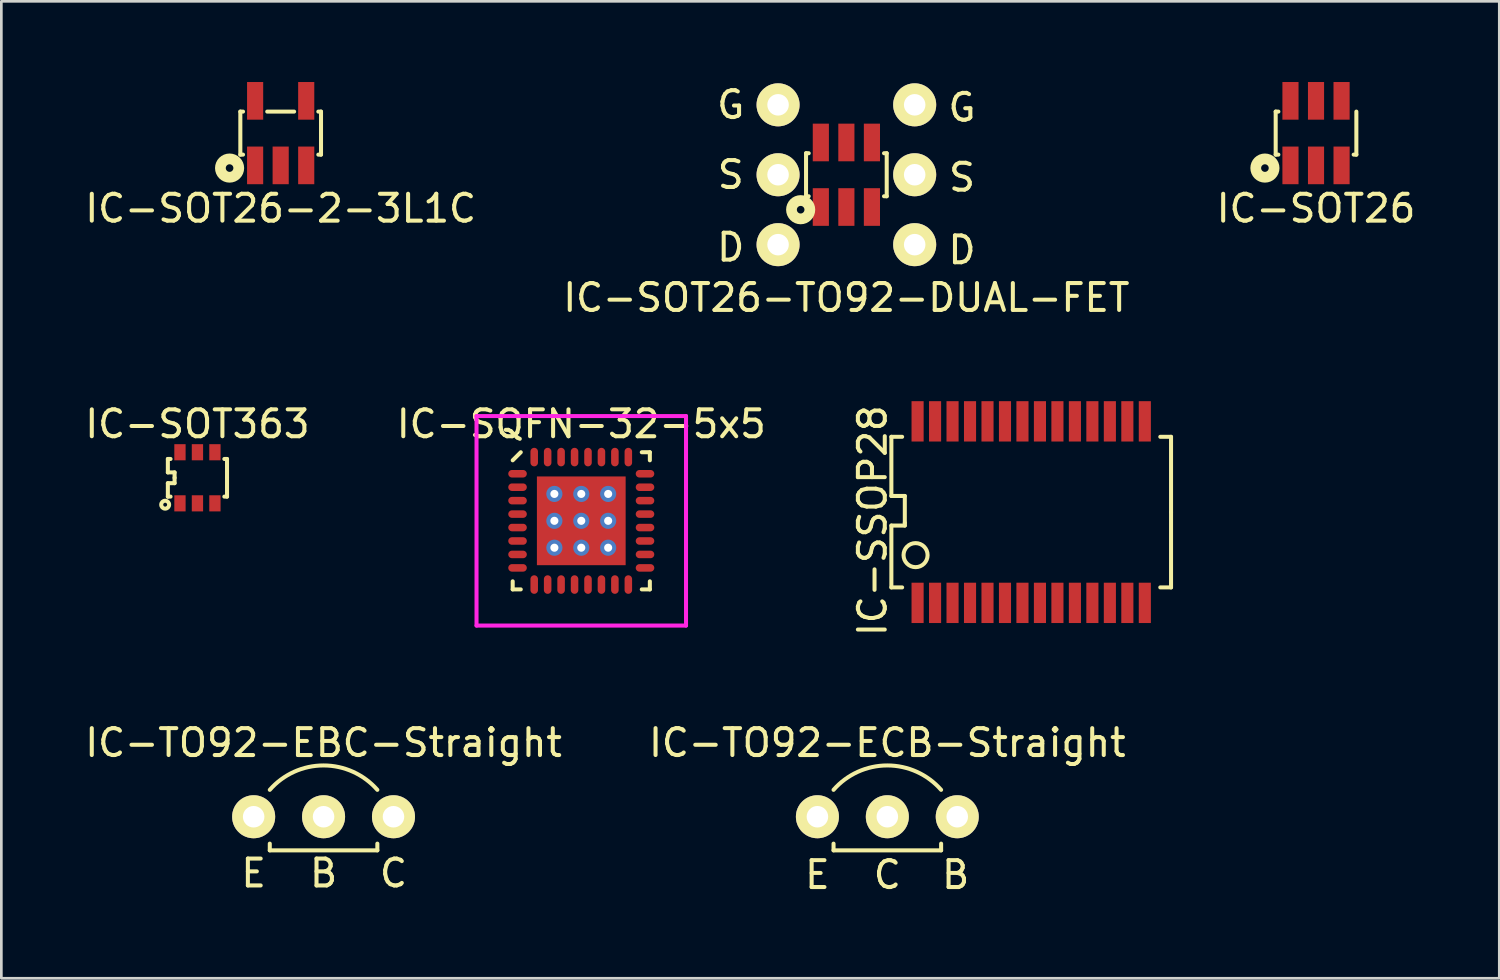
<source format=kicad_pcb>
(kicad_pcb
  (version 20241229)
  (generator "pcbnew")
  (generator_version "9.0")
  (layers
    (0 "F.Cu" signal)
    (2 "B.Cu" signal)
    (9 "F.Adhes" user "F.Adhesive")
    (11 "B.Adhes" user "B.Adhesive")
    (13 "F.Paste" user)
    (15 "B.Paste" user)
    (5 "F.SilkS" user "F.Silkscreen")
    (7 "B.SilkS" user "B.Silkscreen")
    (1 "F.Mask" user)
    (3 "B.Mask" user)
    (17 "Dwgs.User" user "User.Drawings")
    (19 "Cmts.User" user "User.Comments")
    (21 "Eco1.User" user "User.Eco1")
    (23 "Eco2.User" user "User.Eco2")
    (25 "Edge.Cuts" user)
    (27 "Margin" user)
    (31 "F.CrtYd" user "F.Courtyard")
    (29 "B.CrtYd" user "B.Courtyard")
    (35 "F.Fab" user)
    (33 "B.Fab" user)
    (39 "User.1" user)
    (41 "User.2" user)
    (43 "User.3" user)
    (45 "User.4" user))
  (footprint "IC-SSOP28"
    (layer "F.Cu")
    (at 35.296 15.993)
    (property "Reference" "IC-SSOP28" (at -5.9 0.319 90) (layer "F.SilkS") (effects (font (size 1 1) (thickness 0.15))))
    (attr through_hole)
    (fp_line (start -5.2 -2.8) (end -5.2 -0.6) (stroke (width 0.15) (type solid)) (layer "F.SilkS"))
    (fp_line (start -5.2 -2.8) (end -4.8 -2.8) (stroke (width 0.15) (type solid)) (layer "F.SilkS"))
    (fp_line (start -5.2 -0.6) (end -4.7 -0.6) (stroke (width 0.15) (type solid)) (layer "F.SilkS"))
    (fp_line (start -5.2 0.5) (end -5.2 2.8) (stroke (width 0.15) (type solid)) (layer "F.SilkS"))
    (fp_line (start -5.2 2.8) (end -4.8 2.8) (stroke (width 0.15) (type solid)) (layer "F.SilkS"))
    (fp_line (start -4.7 -0.6) (end -4.7 0.4) (stroke (width 0.15) (type solid)) (layer "F.SilkS"))
    (fp_line (start -4.7 0.4) (end -4.7 0.5) (stroke (width 0.15) (type solid)) (layer "F.SilkS"))
    (fp_line (start -4.7 0.5) (end -5.2 0.5) (stroke (width 0.15) (type solid)) (layer "F.SilkS"))
    (fp_line (start 5.2 -2.8) (end 4.8 -2.8) (stroke (width 0.15) (type solid)) (layer "F.SilkS"))
    (fp_line (start 5.2 0) (end 5.2 -2.8) (stroke (width 0.15) (type solid)) (layer "F.SilkS"))
    (fp_line (start 5.2 0) (end 5.2 2.8) (stroke (width 0.15) (type solid)) (layer "F.SilkS"))
    (fp_line (start 5.2 2.8) (end 4.8 2.8) (stroke (width 0.15) (type solid)) (layer "F.SilkS"))
    (fp_circle (center -4.3 1.6) (end -3.9 1.8) (stroke (width 0.15) (type solid)) (fill no) (layer "F.SilkS"))
    (pad "1" smd rect (at -4.225 3.375) (size 0.45 1.5) (layers "F.Cu" "F.Mask" "F.Paste"))
    (pad "2" smd rect (at -3.575 3.375) (size 0.45 1.5) (layers "F.Cu" "F.Mask" "F.Paste"))
    (pad "3" smd rect (at -2.925 3.375) (size 0.45 1.5) (layers "F.Cu" "F.Mask" "F.Paste"))
    (pad "4" smd rect (at -2.275 3.375) (size 0.45 1.5) (layers "F.Cu" "F.Mask" "F.Paste"))
    (pad "5" smd rect (at -1.625 3.375) (size 0.45 1.5) (layers "F.Cu" "F.Mask" "F.Paste"))
    (pad "6" smd rect (at -0.975 3.375) (size 0.45 1.5) (layers "F.Cu" "F.Mask" "F.Paste"))
    (pad "7" smd rect (at -0.325 3.375) (size 0.45 1.5) (layers "F.Cu" "F.Mask" "F.Paste"))
    (pad "8" smd rect (at 0.325 3.375) (size 0.45 1.5) (layers "F.Cu" "F.Mask" "F.Paste"))
    (pad "9" smd rect (at 0.975 3.375) (size 0.45 1.5) (layers "F.Cu" "F.Mask" "F.Paste"))
    (pad "10" smd rect (at 1.625 3.375) (size 0.45 1.5) (layers "F.Cu" "F.Mask" "F.Paste"))
    (pad "11" smd rect (at 2.275 3.375) (size 0.45 1.5) (layers "F.Cu" "F.Mask" "F.Paste"))
    (pad "12" smd rect (at 2.925 3.375) (size 0.45 1.5) (layers "F.Cu" "F.Mask" "F.Paste"))
    (pad "13" smd rect (at 3.575 3.375) (size 0.45 1.5) (layers "F.Cu" "F.Mask" "F.Paste"))
    (pad "14" smd rect (at 4.225 3.375) (size 0.45 1.5) (layers "F.Cu" "F.Mask" "F.Paste"))
    (pad "15" smd rect (at 4.225 -3.375) (size 0.45 1.5) (layers "F.Cu" "F.Mask" "F.Paste"))
    (pad "16" smd rect (at 3.575 -3.375) (size 0.45 1.5) (layers "F.Cu" "F.Mask" "F.Paste"))
    (pad "17" smd rect (at 2.925 -3.375) (size 0.45 1.5) (layers "F.Cu" "F.Mask" "F.Paste"))
    (pad "18" smd rect (at 2.275 -3.375) (size 0.45 1.5) (layers "F.Cu" "F.Mask" "F.Paste"))
    (pad "19" smd rect (at 1.625 -3.375) (size 0.45 1.5) (layers "F.Cu" "F.Mask" "F.Paste"))
    (pad "20" smd rect (at 0.975 -3.375) (size 0.45 1.5) (layers "F.Cu" "F.Mask" "F.Paste"))
    (pad "21" smd rect (at 0.325 -3.375) (size 0.45 1.5) (layers "F.Cu" "F.Mask" "F.Paste"))
    (pad "22" smd rect (at -0.325 -3.375) (size 0.45 1.5) (layers "F.Cu" "F.Mask" "F.Paste"))
    (pad "23" smd rect (at -0.975 -3.375) (size 0.45 1.5) (layers "F.Cu" "F.Mask" "F.Paste"))
    (pad "24" smd rect (at -1.625 -3.375) (size 0.45 1.5) (layers "F.Cu" "F.Mask" "F.Paste"))
    (pad "25" smd rect (at -2.275 -3.375) (size 0.45 1.5) (layers "F.Cu" "F.Mask" "F.Paste"))
    (pad "26" smd rect (at -2.925 -3.375) (size 0.45 1.5) (layers "F.Cu" "F.Mask" "F.Paste"))
    (pad "27" smd rect (at -3.575 -3.375) (size 0.45 1.5) (layers "F.Cu" "F.Mask" "F.Paste"))
    (pad "28" smd rect (at -4.225 -3.375) (size 0.45 1.5) (layers "F.Cu" "F.Mask" "F.Paste")))
  (footprint "IC-SOT26-2-3L1C"
    (layer "F.Cu")
    (at 7.387 1.9)
    (property "Reference" "IC-SOT26-2-3L1C" (at 0 2.8 0) (layer "F.SilkS") (effects (font (size 1 1) (thickness 0.15))))
    (attr through_hole)
    (fp_line (start -1.5 -0.8) (end -1.5 0.8) (stroke (width 0.15) (type solid)) (layer "F.SilkS"))
    (fp_line (start -1.5 0.8) (end -1.4 0.8) (stroke (width 0.15) (type solid)) (layer "F.SilkS"))
    (fp_line (start -1.4 -0.8) (end -1.5 -0.8) (stroke (width 0.15) (type solid)) (layer "F.SilkS"))
    (fp_line (start 0.5 -0.8) (end -0.5 -0.8) (stroke (width 0.15) (type solid)) (layer "F.SilkS"))
    (fp_line (start 1.4 0.8) (end 1.5 0.8) (stroke (width 0.15) (type solid)) (layer "F.SilkS"))
    (fp_line (start 1.5 -0.8) (end 1.4 -0.8) (stroke (width 0.15) (type solid)) (layer "F.SilkS"))
    (fp_line (start 1.5 0.8) (end 1.5 -0.8) (stroke (width 0.15) (type solid)) (layer "F.SilkS"))
    (fp_circle (center -1.9 1.3) (end -1.8 1.4) (stroke (width 0.4) (type solid)) (fill no) (layer "F.SilkS"))
    (pad "1" smd rect (at -0.95 1.2) (size 0.6 1.4) (layers "F.Cu" "F.Mask" "F.Paste"))
    (pad "2" smd rect (at 0 1.2) (size 0.6 1.4) (layers "F.Cu" "F.Mask" "F.Paste"))
    (pad "3" smd rect (at 0.95 1.2) (size 0.6 1.4) (layers "F.Cu" "F.Mask" "F.Paste"))
    (pad "4" smd rect (at 0.95 -1.2) (size 0.6 1.4) (layers "F.Cu" "F.Mask" "F.Paste"))
    (pad "5" smd rect (at -0.95 -1.2) (size 0.6 1.4) (layers "F.Cu" "F.Mask" "F.Paste")))
  (footprint "IC-SQFN-32-5x5"
    (layer "F.Cu")
    (at 18.565 16.317)
    (property "Reference" "IC-SQFN-32-5x5" (at 0 -3.6 0) (layer "F.SilkS") (effects (font (size 1 1) (thickness 0.15))))
    (attr through_hole)
    (fp_line (start -2.55 -2.25) (end -2.25 -2.55) (stroke (width 0.15) (type solid)) (layer "F.SilkS"))
    (fp_line (start -2.55 2.55) (end -2.55 2.25) (stroke (width 0.15) (type solid)) (layer "F.SilkS"))
    (fp_line (start -2.25 2.55) (end -2.55 2.55) (stroke (width 0.15) (type solid)) (layer "F.SilkS"))
    (fp_line (start 2.25 -2.55) (end 2.55 -2.55) (stroke (width 0.15) (type solid)) (layer "F.SilkS"))
    (fp_line (start 2.25 2.55) (end 2.55 2.55) (stroke (width 0.15) (type solid)) (layer "F.SilkS"))
    (fp_line (start 2.55 -2.55) (end 2.55 -2.25) (stroke (width 0.15) (type solid)) (layer "F.SilkS"))
    (fp_line (start 2.55 2.55) (end 2.55 2.25) (stroke (width 0.15) (type solid)) (layer "F.SilkS"))
    (fp_line (start -3.895 -3.895) (end 3.895 -3.895) (stroke (width 0.15) (type solid)) (layer "F.CrtYd"))
    (fp_line (start -3.895 3.895) (end -3.895 -3.895) (stroke (width 0.15) (type solid)) (layer "F.CrtYd"))
    (fp_line (start 3.895 -3.895) (end 3.895 3.895) (stroke (width 0.15) (type solid)) (layer "F.CrtYd"))
    (fp_line (start 3.895 3.895) (end -3.895 3.895) (stroke (width 0.15) (type solid)) (layer "F.CrtYd"))
    (pad "1" smd oval (at -2.37 -1.75 90) (size 0.28 0.69) (layers "F.Cu" "F.Mask" "F.Paste"))
    (pad "2" smd oval (at -2.37 -1.25 90) (size 0.28 0.69) (layers "F.Cu" "F.Mask" "F.Paste"))
    (pad "3" smd oval (at -2.37 -0.75 90) (size 0.28 0.69) (layers "F.Cu" "F.Mask" "F.Paste"))
    (pad "4" smd oval (at -2.37 -0.25 90) (size 0.28 0.69) (layers "F.Cu" "F.Mask" "F.Paste"))
    (pad "5" smd oval (at -2.37 0.25 90) (size 0.28 0.69) (layers "F.Cu" "F.Mask" "F.Paste"))
    (pad "6" smd oval (at -2.37 0.75 90) (size 0.28 0.69) (layers "F.Cu" "F.Mask" "F.Paste"))
    (pad "7" smd oval (at -2.37 1.25 90) (size 0.28 0.69) (layers "F.Cu" "F.Mask" "F.Paste"))
    (pad "8" smd oval (at -2.37 1.75 90) (size 0.28 0.69) (layers "F.Cu" "F.Mask" "F.Paste"))
    (pad "9" smd oval (at -1.75 2.37) (size 0.28 0.69) (layers "F.Cu" "F.Mask" "F.Paste"))
    (pad "10" smd oval (at -1.25 2.37) (size 0.28 0.69) (layers "F.Cu" "F.Mask" "F.Paste"))
    (pad "11" smd oval (at -0.75 2.37) (size 0.28 0.69) (layers "F.Cu" "F.Mask" "F.Paste"))
    (pad "12" smd oval (at -0.25 2.37) (size 0.28 0.69) (layers "F.Cu" "F.Mask" "F.Paste"))
    (pad "13" smd oval (at 0.25 2.37) (size 0.28 0.69) (layers "F.Cu" "F.Mask" "F.Paste"))
    (pad "14" smd oval (at 0.75 2.37) (size 0.28 0.69) (layers "F.Cu" "F.Mask" "F.Paste"))
    (pad "15" smd oval (at 1.25 2.37) (size 0.28 0.69) (layers "F.Cu" "F.Mask" "F.Paste"))
    (pad "16" smd oval (at 1.75 2.37) (size 0.28 0.69) (layers "F.Cu" "F.Mask" "F.Paste"))
    (pad "17" smd oval (at 2.37 1.75 90) (size 0.28 0.69) (layers "F.Cu" "F.Mask" "F.Paste"))
    (pad "18" smd oval (at 2.37 1.25 90) (size 0.28 0.69) (layers "F.Cu" "F.Mask" "F.Paste"))
    (pad "19" smd oval (at 2.37 0.75 90) (size 0.28 0.69) (layers "F.Cu" "F.Mask" "F.Paste"))
    (pad "20" smd oval (at 2.37 0.25 90) (size 0.28 0.69) (layers "F.Cu" "F.Mask" "F.Paste"))
    (pad "21" smd oval (at 2.37 -0.25 90) (size 0.28 0.69) (layers "F.Cu" "F.Mask" "F.Paste"))
    (pad "22" smd oval (at 2.37 -0.75 90) (size 0.28 0.69) (layers "F.Cu" "F.Mask" "F.Paste"))
    (pad "23" smd oval (at 2.37 -1.25 90) (size 0.28 0.69) (layers "F.Cu" "F.Mask" "F.Paste"))
    (pad "24" smd oval (at 2.37 -1.75 90) (size 0.28 0.69) (layers "F.Cu" "F.Mask" "F.Paste"))
    (pad "25" smd oval (at 1.75 -2.37) (size 0.28 0.69) (layers "F.Cu" "F.Mask" "F.Paste"))
    (pad "26" smd oval (at 1.25 -2.37) (size 0.28 0.69) (layers "F.Cu" "F.Mask" "F.Paste"))
    (pad "27" smd oval (at 0.75 -2.37) (size 0.28 0.69) (layers "F.Cu" "F.Mask" "F.Paste"))
    (pad "28" smd oval (at 0.25 -2.37) (size 0.28 0.69) (layers "F.Cu" "F.Mask" "F.Paste"))
    (pad "29" smd oval (at -0.25 -2.37) (size 0.28 0.69) (layers "F.Cu" "F.Mask" "F.Paste"))
    (pad "30" smd oval (at -0.75 -2.37) (size 0.28 0.69) (layers "F.Cu" "F.Mask" "F.Paste"))
    (pad "31" smd oval (at -1.25 -2.37) (size 0.28 0.69) (layers "F.Cu" "F.Mask" "F.Paste"))
    (pad "32" smd oval (at -1.75 -2.37) (size 0.28 0.69) (layers "F.Cu" "F.Mask" "F.Paste"))
    (pad "EP" thru_hole circle (at -1 -1) (size 0.6 0.6) (drill 0.3) (layers "*.Cu" "*.Mask"))
    (pad "EP" thru_hole circle (at -1 0) (size 0.6 0.6) (drill 0.3) (layers "*.Cu" "*.Mask"))
    (pad "EP" thru_hole circle (at -1 1) (size 0.6 0.6) (drill 0.3) (layers "*.Cu" "*.Mask"))
    (pad "EP" thru_hole circle (at 0 -1) (size 0.6 0.6) (drill 0.3) (layers "*.Cu" "*.Mask"))
    (pad "EP" thru_hole circle (at 0 0) (size 0.6 0.6) (drill 0.3) (layers "*.Cu" "*.Mask"))
    (pad "EP" smd rect (at 0 0) (size 3.3 3.3) (layers "F.Cu" "F.Mask" "F.Paste"))
    (pad "EP" thru_hole circle (at 0 1) (size 0.6 0.6) (drill 0.3) (layers "*.Cu" "*.Mask"))
    (pad "EP" thru_hole circle (at 1 -1) (size 0.6 0.6) (drill 0.3) (layers "*.Cu" "*.Mask"))
    (pad "EP" thru_hole circle (at 1 0) (size 0.6 0.6) (drill 0.3) (layers "*.Cu" "*.Mask"))
    (pad "EP" thru_hole circle (at 1 1) (size 0.6 0.6) (drill 0.3) (layers "*.Cu" "*.Mask")))
  (footprint "IC-SOT363"
    (layer "F.Cu")
    (at 4.292 14.717)
    (property "Reference" "IC-SOT363" (at 0 -2 0) (layer "F.SilkS") (effects (font (size 1 1) (thickness 0.15))))
    (attr smd)
    (fp_line (start -1.1 -0.7) (end -1 -0.7) (stroke (width 0.15) (type solid)) (layer "F.SilkS"))
    (fp_line (start -1.1 -0.2) (end -1.1 -0.7) (stroke (width 0.15) (type solid)) (layer "F.SilkS"))
    (fp_line (start -1.1 -0.2) (end -0.85 -0.2) (stroke (width 0.15) (type solid)) (layer "F.SilkS"))
    (fp_line (start -1.1 0.2) (end -1.1 0.7) (stroke (width 0.15) (type solid)) (layer "F.SilkS"))
    (fp_line (start -1.1 0.7) (end -1 0.7) (stroke (width 0.15) (type solid)) (layer "F.SilkS"))
    (fp_line (start -0.85 -0.2) (end -0.85 0) (stroke (width 0.15) (type solid)) (layer "F.SilkS"))
    (fp_line (start -0.85 0) (end -0.85 0.2) (stroke (width 0.15) (type solid)) (layer "F.SilkS"))
    (fp_line (start -0.85 0.2) (end -1.1 0.2) (stroke (width 0.15) (type solid)) (layer "F.SilkS"))
    (fp_line (start 1.1 -0.7) (end 1 -0.7) (stroke (width 0.15) (type solid)) (layer "F.SilkS"))
    (fp_line (start 1.1 0) (end 1.1 -0.7) (stroke (width 0.15) (type solid)) (layer "F.SilkS"))
    (fp_line (start 1.1 0) (end 1.1 0.7) (stroke (width 0.15) (type solid)) (layer "F.SilkS"))
    (fp_line (start 1.1 0.7) (end 1 0.7) (stroke (width 0.15) (type solid)) (layer "F.SilkS"))
    (fp_circle (center -1.2 1) (end -1.16 1.06) (stroke (width 0.15) (type solid)) (fill no) (layer "F.SilkS"))
    (pad "1" smd rect (at -0.65 0.95) (size 0.42 0.6) (layers "F.Cu" "F.Mask" "F.Paste"))
    (pad "2" smd rect (at 0 0.95) (size 0.42 0.6) (layers "F.Cu" "F.Mask" "F.Paste"))
    (pad "3" smd rect (at 0.65 0.95) (size 0.42 0.6) (layers "F.Cu" "F.Mask" "F.Paste"))
    (pad "4" smd rect (at 0.65 -0.95) (size 0.42 0.6) (layers "F.Cu" "F.Mask" "F.Paste"))
    (pad "5" smd rect (at 0 -0.95) (size 0.42 0.6) (layers "F.Cu" "F.Mask" "F.Paste"))
    (pad "6" smd rect (at -0.65 -0.95) (size 0.42 0.6) (layers "F.Cu" "F.Mask" "F.Paste")))
  (footprint "IC-TO92-ECB-Straight"
    (layer "F.Cu")
    (at 29.946 27.321)
    (property "Reference" "IC-TO92-ECB-Straight" (at 0 -2.75 0) (layer "F.SilkS") (effects (font (size 1 1) (thickness 0.15))))
    (attr through_hole)
    (fp_line (start -2 1) (end -2 1.25) (stroke (width 0.15) (type solid)) (layer "F.SilkS"))
    (fp_line (start -2 1.25) (end 2 1.25) (stroke (width 0.15) (type solid)) (layer "F.SilkS"))
    (fp_line (start 2 1.25) (end 2 1) (stroke (width 0.15) (type solid)) (layer "F.SilkS"))
    (fp_arc (start -2 -1) (mid 0 -1.907536) (end 2 -1) (stroke (width 0.15) (type solid)) (layer "F.SilkS"))
    (fp_text user "C" (at 0 2.159 0) (layer "F.SilkS") (effects (font (size 1 1) (thickness 0.15))))
    (fp_text user "E" (at -2.6 2.159 0) (layer "F.SilkS") (effects (font (size 1 1) (thickness 0.15))))
    (fp_text user "B" (at 2.54 2.159 0) (layer "F.SilkS") (effects (font (size 1 1) (thickness 0.15))))
    (pad "1" thru_hole circle (at -2.6 0) (size 1.6 1.6) (drill 0.8) (layers "*.Cu" "*.Mask" "F.SilkS"))
    (pad "2" thru_hole circle (at 0 0) (size 1.6 1.6) (drill 0.8) (layers "*.Cu" "*.Mask" "F.SilkS"))
    (pad "3" thru_hole circle (at 2.6 0) (size 1.6 1.6) (drill 0.8) (layers "*.Cu" "*.Mask" "F.SilkS")))
  (footprint "IC-SOT26"
    (layer "F.Cu")
    (at 45.887 1.9)
    (property "Reference" "IC-SOT26" (at 0 2.8 0) (layer "F.SilkS") (effects (font (size 1 1) (thickness 0.15))))
    (attr through_hole)
    (fp_line (start -1.5 -0.8) (end -1.5 0.8) (stroke (width 0.15) (type solid)) (layer "F.SilkS"))
    (fp_line (start -1.5 0.8) (end -1.4 0.8) (stroke (width 0.15) (type solid)) (layer "F.SilkS"))
    (fp_line (start -1.4 -0.8) (end -1.5 -0.8) (stroke (width 0.15) (type solid)) (layer "F.SilkS"))
    (fp_line (start 1.4 0.8) (end 1.5 0.8) (stroke (width 0.15) (type solid)) (layer "F.SilkS"))
    (fp_line (start 1.5 0.8) (end 1.5 -0.8) (stroke (width 0.15) (type solid)) (layer "F.SilkS"))
    (fp_circle (center -1.9 1.3) (end -1.8 1.4) (stroke (width 0.4) (type solid)) (fill no) (layer "F.SilkS"))
    (pad "1" smd rect (at -0.95 1.2) (size 0.6 1.4) (layers "F.Cu" "F.Mask" "F.Paste"))
    (pad "2" smd rect (at 0 1.2) (size 0.6 1.4) (layers "F.Cu" "F.Mask" "F.Paste"))
    (pad "3" smd rect (at 0.95 1.2) (size 0.6 1.4) (layers "F.Cu" "F.Mask" "F.Paste"))
    (pad "4" smd rect (at 0.95 -1.2) (size 0.6 1.4) (layers "F.Cu" "F.Mask" "F.Paste"))
    (pad "5" smd rect (at 0 -1.2) (size 0.6 1.4) (layers "F.Cu" "F.Mask" "F.Paste"))
    (pad "6" smd rect (at -0.95 -1.2) (size 0.6 1.4) (layers "F.Cu" "F.Mask" "F.Paste")))
  (footprint "IC-SOT26-TO92-DUAL-FET"
    (layer "F.Cu")
    (at 28.423 3.448)
    (property "Reference" "IC-SOT26-TO92-DUAL-FET" (at 0 4.572 0) (layer "F.SilkS") (effects (font (size 1 1) (thickness 0.15))))
    (attr through_hole)
    (fp_line (start -1.5 -0.8) (end -1.5 0.8) (stroke (width 0.15) (type solid)) (layer "F.SilkS"))
    (fp_line (start -1.5 0.8) (end -1.4 0.8) (stroke (width 0.15) (type solid)) (layer "F.SilkS"))
    (fp_line (start -1.4 -0.8) (end -1.5 -0.8) (stroke (width 0.15) (type solid)) (layer "F.SilkS"))
    (fp_line (start 1.4 0.8) (end 1.5 0.8) (stroke (width 0.15) (type solid)) (layer "F.SilkS"))
    (fp_line (start 1.5 -0.8) (end 1.4 -0.8) (stroke (width 0.15) (type solid)) (layer "F.SilkS"))
    (fp_line (start 1.5 0.8) (end 1.5 -0.8) (stroke (width 0.15) (type solid)) (layer "F.SilkS"))
    (fp_circle (center -1.7 1.3) (end -1.6 1.4) (stroke (width 0.4) (type solid)) (fill no) (layer "F.SilkS"))
    (fp_text user "D" (at -4.3 2.7 0) (layer "F.SilkS") (effects (font (size 1 1) (thickness 0.15))))
    (fp_text user "G" (at 4.3 -2.5 0) (layer "F.SilkS") (effects (font (size 1 1) (thickness 0.15))))
    (fp_text user "S" (at 4.3 0.1 0) (layer "F.SilkS") (effects (font (size 1 1) (thickness 0.15))))
    (fp_text user "G" (at -4.3 -2.6 0) (layer "F.SilkS") (effects (font (size 1 1) (thickness 0.15))))
    (fp_text user "D" (at 4.3 2.8 0) (layer "F.SilkS") (effects (font (size 1 1) (thickness 0.15))))
    (fp_text user "S" (at -4.3 0 0) (layer "F.SilkS") (effects (font (size 1 1) (thickness 0.15))))
    (pad "D1" thru_hole circle (at -2.54 2.6 270) (size 1.6 1.6) (drill 0.8) (layers "*.Cu" "*.Mask" "F.SilkS"))
    (pad "D1" smd rect (at -0.95 1.2) (size 0.6 1.4) (layers "F.Cu" "F.Mask" "F.Paste"))
    (pad "D2" smd rect (at 0.95 1.2) (size 0.6 1.4) (layers "F.Cu" "F.Mask" "F.Paste"))
    (pad "D2" thru_hole circle (at 2.54 2.6 270) (size 1.6 1.6) (drill 0.8) (layers "*.Cu" "*.Mask" "F.SilkS"))
    (pad "G1" thru_hole circle (at -2.54 -2.6 270) (size 1.6 1.6) (drill 0.8) (layers "*.Cu" "*.Mask" "F.SilkS"))
    (pad "G1" smd rect (at -0.95 -1.2) (size 0.6 1.4) (layers "F.Cu" "F.Mask" "F.Paste"))
    (pad "G2" smd rect (at 0.95 -1.2) (size 0.6 1.4) (layers "F.Cu" "F.Mask" "F.Paste"))
    (pad "G2" thru_hole circle (at 2.54 -2.6 270) (size 1.6 1.6) (drill 0.8) (layers "*.Cu" "*.Mask" "F.SilkS"))
    (pad "S1" thru_hole circle (at -2.54 0 270) (size 1.6 1.6) (drill 0.8) (layers "*.Cu" "*.Mask" "F.SilkS"))
    (pad "S1" smd rect (at 0 1.2) (size 0.6 1.4) (layers "F.Cu" "F.Mask" "F.Paste"))
    (pad "S2" smd rect (at 0 -1.2) (size 0.6 1.4) (layers "F.Cu" "F.Mask" "F.Paste"))
    (pad "S2" thru_hole circle (at 2.54 0 270) (size 1.6 1.6) (drill 0.8) (layers "*.Cu" "*.Mask" "F.SilkS")))
  (footprint "IC-TO92-EBC-Straight"
    (layer "F.Cu")
    (at 8.982 27.321)
    (property "Reference" "IC-TO92-EBC-Straight" (at 0 -2.75 0) (layer "F.SilkS") (effects (font (size 1 1) (thickness 0.15))))
    (attr through_hole)
    (fp_line (start -2 1) (end -2 1.25) (stroke (width 0.15) (type solid)) (layer "F.SilkS"))
    (fp_line (start -2 1.25) (end 2 1.25) (stroke (width 0.15) (type solid)) (layer "F.SilkS"))
    (fp_line (start 2 1.25) (end 2 1) (stroke (width 0.15) (type solid)) (layer "F.SilkS"))
    (fp_arc (start -2 -1) (mid 0 -1.907536) (end 2 -1) (stroke (width 0.15) (type solid)) (layer "F.SilkS"))
    (fp_text user "B" (at 0 2.1 0) (layer "F.SilkS") (effects (font (size 1 1) (thickness 0.15))))
    (fp_text user "C" (at 2.6 2.1 0) (layer "F.SilkS") (effects (font (size 1 1) (thickness 0.15))))
    (fp_text user "E" (at -2.6 2.1 0) (layer "F.SilkS") (effects (font (size 1 1) (thickness 0.15))))
    (pad "1" thru_hole circle (at -2.6 0) (size 1.6 1.6) (drill 0.8) (layers "*.Cu" "*.Mask" "F.SilkS"))
    (pad "2" thru_hole circle (at 0 0) (size 1.6 1.6) (drill 0.8) (layers "*.Cu" "*.Mask" "F.SilkS"))
    (pad "3" thru_hole circle (at 2.6 0) (size 1.6 1.6) (drill 0.8) (layers "*.Cu" "*.Mask" "F.SilkS")))
  (gr_rect
    (start -3 -3)
    (end 52.702 33.329)
    (stroke (width 0.1) (type default))
    (fill no)
    (layer "Edge.Cuts")))
</source>
